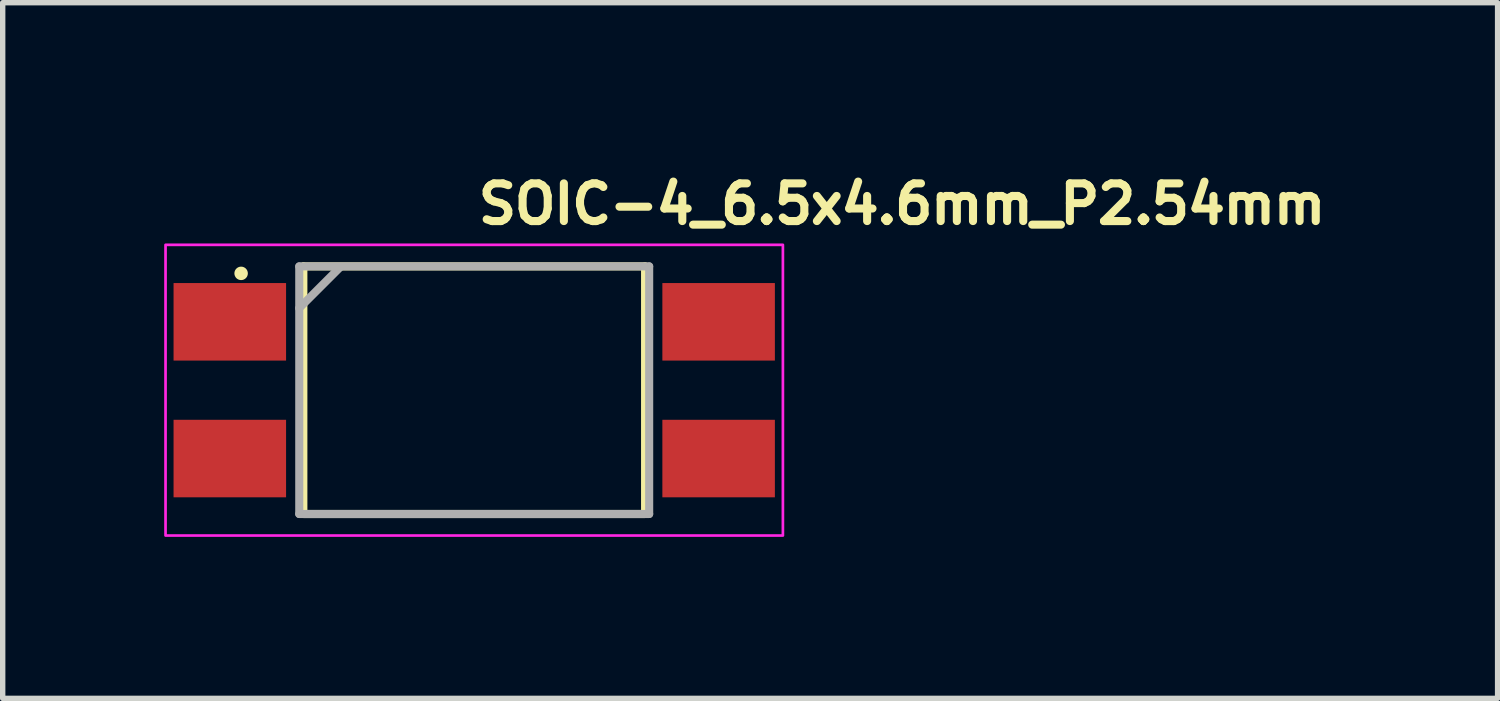
<source format=kicad_pcb>
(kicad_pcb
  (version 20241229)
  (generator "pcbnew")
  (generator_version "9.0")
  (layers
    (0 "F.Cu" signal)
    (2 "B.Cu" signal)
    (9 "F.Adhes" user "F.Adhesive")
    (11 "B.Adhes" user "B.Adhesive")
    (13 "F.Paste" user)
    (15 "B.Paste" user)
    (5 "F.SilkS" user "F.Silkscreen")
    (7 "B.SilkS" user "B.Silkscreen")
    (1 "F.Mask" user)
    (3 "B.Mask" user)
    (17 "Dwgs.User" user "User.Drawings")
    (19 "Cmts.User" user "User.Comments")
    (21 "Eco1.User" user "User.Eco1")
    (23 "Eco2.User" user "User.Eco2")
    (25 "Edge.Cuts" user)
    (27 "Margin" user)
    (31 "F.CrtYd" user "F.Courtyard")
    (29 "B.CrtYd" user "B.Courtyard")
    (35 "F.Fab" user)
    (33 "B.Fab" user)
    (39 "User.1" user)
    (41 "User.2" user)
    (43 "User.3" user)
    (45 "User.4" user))
  (footprint "SOIC-4_6.5x4.6mm_P2.54mm"
    (layer "F.Cu")
    (at 5.759 4.198)
    (property "Reference" "SOIC-4_6.5x4.6mm_P2.54mm" (at 0 -3.048 0) (unlocked yes) (layer "F.SilkS") (effects (font (size 0.7 0.7) (thickness 0.15)) (justify left bottom)))
    (attr smd)
    (fp_line (start -3.174 2.3) (end -3.174 -2.3) (stroke (width 0.15) (type solid)) (layer "F.SilkS"))
    (fp_line (start 3.173 -2.3) (end -3.171 -2.3) (stroke (width 0.15) (type solid)) (layer "F.SilkS"))
    (fp_line (start 3.173 2.3) (end -3.172 2.3) (stroke (width 0.15) (type solid)) (layer "F.SilkS"))
    (fp_line (start 3.174 2.3) (end 3.174 -2.3) (stroke (width 0.15) (type solid)) (layer "F.SilkS"))
    (fp_circle (center -4.33 -2.17) (end -4.28 -2.17) (stroke (width 0.15) (type solid)) (fill yes) (layer "F.SilkS"))
    (fp_rect (start -5.734 -2.7) (end 5.734 2.7) (stroke (width 0.05) (type solid)) (fill no) (layer "F.CrtYd"))
    (fp_line (start -3.25 2.3) (end -3.25 -2.3) (stroke (width 0.15) (type solid)) (layer "F.Fab"))
    (fp_line (start -2.489 -2.286) (end -3.251 -1.524) (stroke (width 0.15) (type solid)) (layer "F.Fab"))
    (fp_line (start 3.25 -2.3) (end -3.25 -2.3) (stroke (width 0.15) (type solid)) (layer "F.Fab"))
    (fp_line (start 3.25 2.3) (end -3.25 2.3) (stroke (width 0.15) (type solid)) (layer "F.Fab"))
    (fp_line (start 3.25 2.3) (end 3.25 -2.3) (stroke (width 0.15) (type solid)) (layer "F.Fab"))
    (fp_rect (start -5.08 -2.3) (end 5.08 2.3) (stroke (width 0.1) (type solid)) (fill no) (layer "User.5"))
    (fp_line (start -5.08 -1.02) (end -5.08 -1.52) (stroke (width 0.02) (type solid)) (layer "User.9"))
    (fp_line (start -5.08 -1.02) (end -4.765 -0.645) (stroke (width 0.02) (type solid)) (layer "User.9"))
    (fp_line (start -5.08 1.02) (end -5.08 1.52) (stroke (width 0.02) (type solid)) (layer "User.9"))
    (fp_line (start -5.08 1.02) (end -4.765 0.645) (stroke (width 0.02) (type solid)) (layer "User.9"))
    (fp_line (start -4.765 -1.895) (end -5.08 -1.52) (stroke (width 0.02) (type solid)) (layer "User.9"))
    (fp_line (start -4.765 1.895) (end -5.08 1.52) (stroke (width 0.02) (type solid)) (layer "User.9"))
    (fp_line (start -4.419 -1.895) (end -4.765 -1.895) (stroke (width 0.02) (type solid)) (layer "User.9"))
    (fp_line (start -4.419 -0.645) (end -4.765 -0.645) (stroke (width 0.02) (type solid)) (layer "User.9"))
    (fp_line (start -4.419 0.645) (end -4.765 0.645) (stroke (width 0.02) (type solid)) (layer "User.9"))
    (fp_line (start -4.419 1.895) (end -4.765 1.895) (stroke (width 0.02) (type solid)) (layer "User.9"))
    (fp_line (start -4.18 -1.895) (end -4.419 -1.895) (stroke (width 0.02) (type solid)) (layer "User.9"))
    (fp_line (start -4.18 -0.645) (end -4.419 -0.645) (stroke (width 0.02) (type solid)) (layer "User.9"))
    (fp_line (start -4.18 0.645) (end -4.419 0.645) (stroke (width 0.02) (type solid)) (layer "User.9"))
    (fp_line (start -4.18 1.895) (end -4.419 1.895) (stroke (width 0.02) (type solid)) (layer "User.9"))
    (fp_line (start -4.159 -1.895) (end -4.18 -1.895) (stroke (width 0.02) (type solid)) (layer "User.9"))
    (fp_line (start -4.159 -1.895) (end -4.159 -1.52) (stroke (width 0.02) (type solid)) (layer "User.9"))
    (fp_line (start -4.159 -1.895) (end -3.899 -1.895) (stroke (width 0.02) (type solid)) (layer "User.9"))
    (fp_line (start -4.159 -1.52) (end -4.139 -1.52) (stroke (width 0.02) (type solid)) (layer "User.9"))
    (fp_line (start -4.159 1.52) (end -4.139 1.52) (stroke (width 0.02) (type solid)) (layer "User.9"))
    (fp_line (start -4.159 1.895) (end -4.18 1.895) (stroke (width 0.02) (type solid)) (layer "User.9"))
    (fp_line (start -4.159 1.895) (end -4.159 1.52) (stroke (width 0.02) (type solid)) (layer "User.9"))
    (fp_line (start -4.159 1.895) (end -3.899 1.895) (stroke (width 0.02) (type solid)) (layer "User.9"))
    (fp_line (start -4.139 -0.645) (end -4.18 -0.645) (stroke (width 0.02) (type solid)) (layer "User.9"))
    (fp_line (start -4.139 0.645) (end -4.18 0.645) (stroke (width 0.02) (type solid)) (layer "User.9"))
    (fp_line (start -3.984 -1.52) (end -4.139 -1.52) (stroke (width 0.02) (type solid)) (layer "User.9"))
    (fp_line (start -3.984 -1.52) (end -3.984 -1.52) (stroke (width 0.02) (type solid)) (layer "User.9"))
    (fp_line (start -3.984 -0.645) (end -4.139 -0.645) (stroke (width 0.02) (type solid)) (layer "User.9"))
    (fp_line (start -3.984 -0.645) (end -3.984 -0.645) (stroke (width 0.02) (type solid)) (layer "User.9"))
    (fp_line (start -3.984 0.645) (end -4.139 0.645) (stroke (width 0.02) (type solid)) (layer "User.9"))
    (fp_line (start -3.984 0.645) (end -3.984 0.645) (stroke (width 0.02) (type solid)) (layer "User.9"))
    (fp_line (start -3.984 1.52) (end -4.139 1.52) (stroke (width 0.02) (type solid)) (layer "User.9"))
    (fp_line (start -3.984 1.52) (end -3.984 1.52) (stroke (width 0.02) (type solid)) (layer "User.9"))
    (fp_line (start -3.899 -1.895) (end -3.899 -1.52) (stroke (width 0.02) (type solid)) (layer "User.9"))
    (fp_line (start -3.899 1.895) (end -3.899 1.52) (stroke (width 0.02) (type solid)) (layer "User.9"))
    (fp_line (start -3.64 -1.52) (end -3.984 -1.52) (stroke (width 0.02) (type solid)) (layer "User.9"))
    (fp_line (start -3.64 -0.645) (end -3.984 -0.645) (stroke (width 0.02) (type solid)) (layer "User.9"))
    (fp_line (start -3.64 0.645) (end -3.984 0.645) (stroke (width 0.02) (type solid)) (layer "User.9"))
    (fp_line (start -3.64 1.52) (end -3.984 1.52) (stroke (width 0.02) (type solid)) (layer "User.9"))
    (fp_line (start -3.25 -2.3) (end -3.25 -1.52) (stroke (width 0.02) (type solid)) (layer "User.9"))
    (fp_line (start -3.25 -0.645) (end -3.25 0.645) (stroke (width 0.02) (type solid)) (layer "User.9"))
    (fp_line (start -3.25 1.52) (end -3.25 2.3) (stroke (width 0.02) (type solid)) (layer "User.9"))
    (fp_line (start -3.25 2.3) (end 3.25 2.3) (stroke (width 0.02) (type solid)) (layer "User.9"))
    (fp_line (start -3.239 -1.52) (end -3.64 -1.52) (stroke (width 0.02) (type solid)) (layer "User.9"))
    (fp_line (start -3.239 -0.645) (end -3.64 -0.645) (stroke (width 0.02) (type solid)) (layer "User.9"))
    (fp_line (start -3.239 -0.645) (end -3.239 -1.52) (stroke (width 0.02) (type solid)) (layer "User.9"))
    (fp_line (start -3.239 0.645) (end -3.64 0.645) (stroke (width 0.02) (type solid)) (layer "User.9"))
    (fp_line (start -3.239 0.645) (end -3.239 1.52) (stroke (width 0.02) (type solid)) (layer "User.9"))
    (fp_line (start -3.239 1.52) (end -3.64 1.52) (stroke (width 0.02) (type solid)) (layer "User.9"))
    (fp_line (start -3.053 -2.103) (end -3.25 -2.3) (stroke (width 0.02) (type solid)) (layer "User.9"))
    (fp_line (start -3.053 -2.103) (end -3.053 2.103) (stroke (width 0.02) (type solid)) (layer "User.9"))
    (fp_line (start -3.053 2.103) (end -3.25 2.3) (stroke (width 0.02) (type solid)) (layer "User.9"))
    (fp_line (start -3.053 2.103) (end 3.053 2.103) (stroke (width 0.02) (type solid)) (layer "User.9"))
    (fp_line (start -2.65 -1.4) (end -2.65 -1.4) (stroke (width 0.02) (type solid)) (layer "User.9"))
    (fp_line (start -2.65 -1.4) (end -2.65 -1.4) (stroke (width 0.02) (type solid)) (layer "User.9"))
    (fp_line (start -2.65 -1.4) (end -2.649 -1.379) (stroke (width 0.02) (type solid)) (layer "User.9"))
    (fp_line (start -2.65 -1.4) (end -2.649 -1.379) (stroke (width 0.02) (type solid)) (layer "User.9"))
    (fp_line (start -2.649 -1.421) (end -2.65 -1.4) (stroke (width 0.02) (type solid)) (layer "User.9"))
    (fp_line (start -2.649 -1.421) (end -2.65 -1.4) (stroke (width 0.02) (type solid)) (layer "User.9"))
    (fp_line (start -2.649 -1.379) (end -2.648 -1.359) (stroke (width 0.02) (type solid)) (layer "User.9"))
    (fp_line (start -2.649 -1.379) (end -2.648 -1.359) (stroke (width 0.02) (type solid)) (layer "User.9"))
    (fp_line (start -2.648 -1.441) (end -2.649 -1.421) (stroke (width 0.02) (type solid)) (layer "User.9"))
    (fp_line (start -2.648 -1.441) (end -2.649 -1.421) (stroke (width 0.02) (type solid)) (layer "User.9"))
    (fp_line (start -2.648 -1.359) (end -2.645 -1.339) (stroke (width 0.02) (type solid)) (layer "User.9"))
    (fp_line (start -2.648 -1.359) (end -2.645 -1.339) (stroke (width 0.02) (type solid)) (layer "User.9"))
    (fp_line (start -2.645 -1.461) (end -2.648 -1.441) (stroke (width 0.02) (type solid)) (layer "User.9"))
    (fp_line (start -2.645 -1.461) (end -2.648 -1.441) (stroke (width 0.02) (type solid)) (layer "User.9"))
    (fp_line (start -2.645 -1.339) (end -2.642 -1.319) (stroke (width 0.02) (type solid)) (layer "User.9"))
    (fp_line (start -2.645 -1.339) (end -2.642 -1.319) (stroke (width 0.02) (type solid)) (layer "User.9"))
    (fp_line (start -2.642 -1.481) (end -2.645 -1.461) (stroke (width 0.02) (type solid)) (layer "User.9"))
    (fp_line (start -2.642 -1.481) (end -2.645 -1.461) (stroke (width 0.02) (type solid)) (layer "User.9"))
    (fp_line (start -2.642 -1.319) (end -2.637 -1.3) (stroke (width 0.02) (type solid)) (layer "User.9"))
    (fp_line (start -2.642 -1.319) (end -2.637 -1.3) (stroke (width 0.02) (type solid)) (layer "User.9"))
    (fp_line (start -2.637 -1.5) (end -2.642 -1.481) (stroke (width 0.02) (type solid)) (layer "User.9"))
    (fp_line (start -2.637 -1.5) (end -2.642 -1.481) (stroke (width 0.02) (type solid)) (layer "User.9"))
    (fp_line (start -2.637 -1.3) (end -2.632 -1.281) (stroke (width 0.02) (type solid)) (layer "User.9"))
    (fp_line (start -2.637 -1.3) (end -2.632 -1.281) (stroke (width 0.02) (type solid)) (layer "User.9"))
    (fp_line (start -2.632 -1.519) (end -2.637 -1.5) (stroke (width 0.02) (type solid)) (layer "User.9"))
    (fp_line (start -2.632 -1.519) (end -2.637 -1.5) (stroke (width 0.02) (type solid)) (layer "User.9"))
    (fp_line (start -2.632 -1.281) (end -2.626 -1.262) (stroke (width 0.02) (type solid)) (layer "User.9"))
    (fp_line (start -2.632 -1.281) (end -2.626 -1.262) (stroke (width 0.02) (type solid)) (layer "User.9"))
    (fp_line (start -2.626 -1.537) (end -2.632 -1.519) (stroke (width 0.02) (type solid)) (layer "User.9"))
    (fp_line (start -2.626 -1.537) (end -2.632 -1.519) (stroke (width 0.02) (type solid)) (layer "User.9"))
    (fp_line (start -2.626 -1.262) (end -2.618 -1.244) (stroke (width 0.02) (type solid)) (layer "User.9"))
    (fp_line (start -2.626 -1.262) (end -2.618 -1.244) (stroke (width 0.02) (type solid)) (layer "User.9"))
    (fp_line (start -2.618 -1.556) (end -2.626 -1.537) (stroke (width 0.02) (type solid)) (layer "User.9"))
    (fp_line (start -2.618 -1.556) (end -2.626 -1.537) (stroke (width 0.02) (type solid)) (layer "User.9"))
    (fp_line (start -2.618 -1.244) (end -2.61 -1.227) (stroke (width 0.02) (type solid)) (layer "User.9"))
    (fp_line (start -2.618 -1.244) (end -2.61 -1.227) (stroke (width 0.02) (type solid)) (layer "User.9"))
    (fp_line (start -2.61 -1.573) (end -2.618 -1.556) (stroke (width 0.02) (type solid)) (layer "User.9"))
    (fp_line (start -2.61 -1.573) (end -2.618 -1.556) (stroke (width 0.02) (type solid)) (layer "User.9"))
    (fp_line (start -2.61 -1.227) (end -2.602 -1.209) (stroke (width 0.02) (type solid)) (layer "User.9"))
    (fp_line (start -2.61 -1.227) (end -2.602 -1.209) (stroke (width 0.02) (type solid)) (layer "User.9"))
    (fp_line (start -2.602 -1.591) (end -2.61 -1.573) (stroke (width 0.02) (type solid)) (layer "User.9"))
    (fp_line (start -2.602 -1.591) (end -2.61 -1.573) (stroke (width 0.02) (type solid)) (layer "User.9"))
    (fp_line (start -2.602 -1.209) (end -2.592 -1.193) (stroke (width 0.02) (type solid)) (layer "User.9"))
    (fp_line (start -2.602 -1.209) (end -2.592 -1.193) (stroke (width 0.02) (type solid)) (layer "User.9"))
    (fp_line (start -2.592 -1.607) (end -2.602 -1.591) (stroke (width 0.02) (type solid)) (layer "User.9"))
    (fp_line (start -2.592 -1.607) (end -2.602 -1.591) (stroke (width 0.02) (type solid)) (layer "User.9"))
    (fp_line (start -2.592 -1.193) (end -2.582 -1.176) (stroke (width 0.02) (type solid)) (layer "User.9"))
    (fp_line (start -2.592 -1.193) (end -2.582 -1.176) (stroke (width 0.02) (type solid)) (layer "User.9"))
    (fp_line (start -2.582 -1.624) (end -2.592 -1.607) (stroke (width 0.02) (type solid)) (layer "User.9"))
    (fp_line (start -2.582 -1.624) (end -2.592 -1.607) (stroke (width 0.02) (type solid)) (layer "User.9"))
    (fp_line (start -2.582 -1.176) (end -2.57 -1.161) (stroke (width 0.02) (type solid)) (layer "User.9"))
    (fp_line (start -2.582 -1.176) (end -2.57 -1.161) (stroke (width 0.02) (type solid)) (layer "User.9"))
    (fp_line (start -2.57 -1.639) (end -2.582 -1.624) (stroke (width 0.02) (type solid)) (layer "User.9"))
    (fp_line (start -2.57 -1.639) (end -2.582 -1.624) (stroke (width 0.02) (type solid)) (layer "User.9"))
    (fp_line (start -2.57 -1.161) (end -2.559 -1.146) (stroke (width 0.02) (type solid)) (layer "User.9"))
    (fp_line (start -2.57 -1.161) (end -2.559 -1.146) (stroke (width 0.02) (type solid)) (layer "User.9"))
    (fp_line (start -2.559 -1.654) (end -2.57 -1.639) (stroke (width 0.02) (type solid)) (layer "User.9"))
    (fp_line (start -2.559 -1.654) (end -2.57 -1.639) (stroke (width 0.02) (type solid)) (layer "User.9"))
    (fp_line (start -2.559 -1.146) (end -2.546 -1.131) (stroke (width 0.02) (type solid)) (layer "User.9"))
    (fp_line (start -2.559 -1.146) (end -2.546 -1.131) (stroke (width 0.02) (type solid)) (layer "User.9"))
    (fp_line (start -2.546 -1.669) (end -2.559 -1.654) (stroke (width 0.02) (type solid)) (layer "User.9"))
    (fp_line (start -2.546 -1.669) (end -2.559 -1.654) (stroke (width 0.02) (type solid)) (layer "User.9"))
    (fp_line (start -2.546 -1.131) (end -2.533 -1.117) (stroke (width 0.02) (type solid)) (layer "User.9"))
    (fp_line (start -2.546 -1.131) (end -2.533 -1.117) (stroke (width 0.02) (type solid)) (layer "User.9"))
    (fp_line (start -2.533 -1.683) (end -2.546 -1.669) (stroke (width 0.02) (type solid)) (layer "User.9"))
    (fp_line (start -2.533 -1.683) (end -2.546 -1.669) (stroke (width 0.02) (type solid)) (layer "User.9"))
    (fp_line (start -2.533 -1.117) (end -2.519 -1.104) (stroke (width 0.02) (type solid)) (layer "User.9"))
    (fp_line (start -2.533 -1.117) (end -2.519 -1.104) (stroke (width 0.02) (type solid)) (layer "User.9"))
    (fp_line (start -2.519 -1.696) (end -2.533 -1.683) (stroke (width 0.02) (type solid)) (layer "User.9"))
    (fp_line (start -2.519 -1.696) (end -2.533 -1.683) (stroke (width 0.02) (type solid)) (layer "User.9"))
    (fp_line (start -2.519 -1.104) (end -2.504 -1.091) (stroke (width 0.02) (type solid)) (layer "User.9"))
    (fp_line (start -2.519 -1.104) (end -2.504 -1.091) (stroke (width 0.02) (type solid)) (layer "User.9"))
    (fp_line (start -2.504 -1.709) (end -2.519 -1.696) (stroke (width 0.02) (type solid)) (layer "User.9"))
    (fp_line (start -2.504 -1.709) (end -2.519 -1.696) (stroke (width 0.02) (type solid)) (layer "User.9"))
    (fp_line (start -2.504 -1.091) (end -2.489 -1.08) (stroke (width 0.02) (type solid)) (layer "User.9"))
    (fp_line (start -2.504 -1.091) (end -2.489 -1.08) (stroke (width 0.02) (type solid)) (layer "User.9"))
    (fp_line (start -2.489 -1.72) (end -2.504 -1.709) (stroke (width 0.02) (type solid)) (layer "User.9"))
    (fp_line (start -2.489 -1.72) (end -2.504 -1.709) (stroke (width 0.02) (type solid)) (layer "User.9"))
    (fp_line (start -2.489 -1.08) (end -2.474 -1.068) (stroke (width 0.02) (type solid)) (layer "User.9"))
    (fp_line (start -2.489 -1.08) (end -2.474 -1.068) (stroke (width 0.02) (type solid)) (layer "User.9"))
    (fp_line (start -2.474 -1.732) (end -2.489 -1.72) (stroke (width 0.02) (type solid)) (layer "User.9"))
    (fp_line (start -2.474 -1.732) (end -2.489 -1.72) (stroke (width 0.02) (type solid)) (layer "User.9"))
    (fp_line (start -2.474 -1.068) (end -2.457 -1.058) (stroke (width 0.02) (type solid)) (layer "User.9"))
    (fp_line (start -2.474 -1.068) (end -2.457 -1.058) (stroke (width 0.02) (type solid)) (layer "User.9"))
    (fp_line (start -2.457 -1.742) (end -2.474 -1.732) (stroke (width 0.02) (type solid)) (layer "User.9"))
    (fp_line (start -2.457 -1.742) (end -2.474 -1.732) (stroke (width 0.02) (type solid)) (layer "User.9"))
    (fp_line (start -2.457 -1.058) (end -2.441 -1.048) (stroke (width 0.02) (type solid)) (layer "User.9"))
    (fp_line (start -2.457 -1.058) (end -2.441 -1.048) (stroke (width 0.02) (type solid)) (layer "User.9"))
    (fp_line (start -2.441 -1.752) (end -2.457 -1.742) (stroke (width 0.02) (type solid)) (layer "User.9"))
    (fp_line (start -2.441 -1.752) (end -2.457 -1.742) (stroke (width 0.02) (type solid)) (layer "User.9"))
    (fp_line (start -2.441 -1.048) (end -2.423 -1.039) (stroke (width 0.02) (type solid)) (layer "User.9"))
    (fp_line (start -2.441 -1.048) (end -2.423 -1.039) (stroke (width 0.02) (type solid)) (layer "User.9"))
    (fp_line (start -2.423 -1.761) (end -2.441 -1.752) (stroke (width 0.02) (type solid)) (layer "User.9"))
    (fp_line (start -2.423 -1.761) (end -2.441 -1.752) (stroke (width 0.02) (type solid)) (layer "User.9"))
    (fp_line (start -2.423 -1.039) (end -2.406 -1.031) (stroke (width 0.02) (type solid)) (layer "User.9"))
    (fp_line (start -2.423 -1.039) (end -2.406 -1.031) (stroke (width 0.02) (type solid)) (layer "User.9"))
    (fp_line (start -2.406 -1.769) (end -2.423 -1.761) (stroke (width 0.02) (type solid)) (layer "User.9"))
    (fp_line (start -2.406 -1.769) (end -2.423 -1.761) (stroke (width 0.02) (type solid)) (layer "User.9"))
    (fp_line (start -2.406 -1.031) (end -2.387 -1.024) (stroke (width 0.02) (type solid)) (layer "User.9"))
    (fp_line (start -2.406 -1.031) (end -2.387 -1.024) (stroke (width 0.02) (type solid)) (layer "User.9"))
    (fp_line (start -2.387 -1.776) (end -2.406 -1.769) (stroke (width 0.02) (type solid)) (layer "User.9"))
    (fp_line (start -2.387 -1.776) (end -2.406 -1.769) (stroke (width 0.02) (type solid)) (layer "User.9"))
    (fp_line (start -2.387 -1.024) (end -2.369 -1.018) (stroke (width 0.02) (type solid)) (layer "User.9"))
    (fp_line (start -2.387 -1.024) (end -2.369 -1.018) (stroke (width 0.02) (type solid)) (layer "User.9"))
    (fp_line (start -2.369 -1.782) (end -2.387 -1.776) (stroke (width 0.02) (type solid)) (layer "User.9"))
    (fp_line (start -2.369 -1.782) (end -2.387 -1.776) (stroke (width 0.02) (type solid)) (layer "User.9"))
    (fp_line (start -2.369 -1.018) (end -2.35 -1.013) (stroke (width 0.02) (type solid)) (layer "User.9"))
    (fp_line (start -2.369 -1.018) (end -2.35 -1.013) (stroke (width 0.02) (type solid)) (layer "User.9"))
    (fp_line (start -2.35 -1.787) (end -2.369 -1.782) (stroke (width 0.02) (type solid)) (layer "User.9"))
    (fp_line (start -2.35 -1.787) (end -2.369 -1.782) (stroke (width 0.02) (type solid)) (layer "User.9"))
    (fp_line (start -2.35 -1.013) (end -2.331 -1.008) (stroke (width 0.02) (type solid)) (layer "User.9"))
    (fp_line (start -2.35 -1.013) (end -2.331 -1.008) (stroke (width 0.02) (type solid)) (layer "User.9"))
    (fp_line (start -2.331 -1.792) (end -2.35 -1.787) (stroke (width 0.02) (type solid)) (layer "User.9"))
    (fp_line (start -2.331 -1.792) (end -2.35 -1.787) (stroke (width 0.02) (type solid)) (layer "User.9"))
    (fp_line (start -2.331 -1.008) (end -2.311 -1.005) (stroke (width 0.02) (type solid)) (layer "User.9"))
    (fp_line (start -2.331 -1.008) (end -2.311 -1.005) (stroke (width 0.02) (type solid)) (layer "User.9"))
    (fp_line (start -2.311 -1.795) (end -2.331 -1.792) (stroke (width 0.02) (type solid)) (layer "User.9"))
    (fp_line (start -2.311 -1.795) (end -2.331 -1.792) (stroke (width 0.02) (type solid)) (layer "User.9"))
    (fp_line (start -2.311 -1.005) (end -2.291 -1.002) (stroke (width 0.02) (type solid)) (layer "User.9"))
    (fp_line (start -2.311 -1.005) (end -2.291 -1.002) (stroke (width 0.02) (type solid)) (layer "User.9"))
    (fp_line (start -2.291 -1.798) (end -2.311 -1.795) (stroke (width 0.02) (type solid)) (layer "User.9"))
    (fp_line (start -2.291 -1.798) (end -2.311 -1.795) (stroke (width 0.02) (type solid)) (layer "User.9"))
    (fp_line (start -2.291 -1.002) (end -2.271 -1.001) (stroke (width 0.02) (type solid)) (layer "User.9"))
    (fp_line (start -2.291 -1.002) (end -2.271 -1.001) (stroke (width 0.02) (type solid)) (layer "User.9"))
    (fp_line (start -2.271 -1.799) (end -2.291 -1.798) (stroke (width 0.02) (type solid)) (layer "User.9"))
    (fp_line (start -2.271 -1.799) (end -2.291 -1.798) (stroke (width 0.02) (type solid)) (layer "User.9"))
    (fp_line (start -2.271 -1.001) (end -2.25 -1) (stroke (width 0.02) (type solid)) (layer "User.9"))
    (fp_line (start -2.271 -1.001) (end -2.25 -1) (stroke (width 0.02) (type solid)) (layer "User.9"))
    (fp_line (start -2.25 -1.8) (end -2.271 -1.799) (stroke (width 0.02) (type solid)) (layer "User.9"))
    (fp_line (start -2.25 -1.8) (end -2.271 -1.799) (stroke (width 0.02) (type solid)) (layer "User.9"))
    (fp_line (start -2.25 -1) (end -2.229 -1.001) (stroke (width 0.02) (type solid)) (layer "User.9"))
    (fp_line (start -2.25 -1) (end -2.229 -1.001) (stroke (width 0.02) (type solid)) (layer "User.9"))
    (fp_line (start -2.229 -1.799) (end -2.25 -1.8) (stroke (width 0.02) (type solid)) (layer "User.9"))
    (fp_line (start -2.229 -1.799) (end -2.25 -1.8) (stroke (width 0.02) (type solid)) (layer "User.9"))
    (fp_line (start -2.229 -1.001) (end -2.209 -1.002) (stroke (width 0.02) (type solid)) (layer "User.9"))
    (fp_line (start -2.229 -1.001) (end -2.209 -1.002) (stroke (width 0.02) (type solid)) (layer "User.9"))
    (fp_line (start -2.209 -1.798) (end -2.229 -1.799) (stroke (width 0.02) (type solid)) (layer "User.9"))
    (fp_line (start -2.209 -1.798) (end -2.229 -1.799) (stroke (width 0.02) (type solid)) (layer "User.9"))
    (fp_line (start -2.209 -1.002) (end -2.189 -1.005) (stroke (width 0.02) (type solid)) (layer "User.9"))
    (fp_line (start -2.209 -1.002) (end -2.189 -1.005) (stroke (width 0.02) (type solid)) (layer "User.9"))
    (fp_line (start -2.189 -1.795) (end -2.209 -1.798) (stroke (width 0.02) (type solid)) (layer "User.9"))
    (fp_line (start -2.189 -1.795) (end -2.209 -1.798) (stroke (width 0.02) (type solid)) (layer "User.9"))
    (fp_line (start -2.189 -1.005) (end -2.169 -1.008) (stroke (width 0.02) (type solid)) (layer "User.9"))
    (fp_line (start -2.189 -1.005) (end -2.169 -1.008) (stroke (width 0.02) (type solid)) (layer "User.9"))
    (fp_line (start -2.169 -1.792) (end -2.189 -1.795) (stroke (width 0.02) (type solid)) (layer "User.9"))
    (fp_line (start -2.169 -1.792) (end -2.189 -1.795) (stroke (width 0.02) (type solid)) (layer "User.9"))
    (fp_line (start -2.169 -1.008) (end -2.15 -1.013) (stroke (width 0.02) (type solid)) (layer "User.9"))
    (fp_line (start -2.169 -1.008) (end -2.15 -1.013) (stroke (width 0.02) (type solid)) (layer "User.9"))
    (fp_line (start -2.15 -1.787) (end -2.169 -1.792) (stroke (width 0.02) (type solid)) (layer "User.9"))
    (fp_line (start -2.15 -1.787) (end -2.169 -1.792) (stroke (width 0.02) (type solid)) (layer "User.9"))
    (fp_line (start -2.15 -1.013) (end -2.131 -1.018) (stroke (width 0.02) (type solid)) (layer "User.9"))
    (fp_line (start -2.15 -1.013) (end -2.131 -1.018) (stroke (width 0.02) (type solid)) (layer "User.9"))
    (fp_line (start -2.131 -1.782) (end -2.15 -1.787) (stroke (width 0.02) (type solid)) (layer "User.9"))
    (fp_line (start -2.131 -1.782) (end -2.15 -1.787) (stroke (width 0.02) (type solid)) (layer "User.9"))
    (fp_line (start -2.131 -1.018) (end -2.113 -1.024) (stroke (width 0.02) (type solid)) (layer "User.9"))
    (fp_line (start -2.131 -1.018) (end -2.113 -1.024) (stroke (width 0.02) (type solid)) (layer "User.9"))
    (fp_line (start -2.113 -1.776) (end -2.131 -1.782) (stroke (width 0.02) (type solid)) (layer "User.9"))
    (fp_line (start -2.113 -1.776) (end -2.131 -1.782) (stroke (width 0.02) (type solid)) (layer "User.9"))
    (fp_line (start -2.113 -1.024) (end -2.094 -1.031) (stroke (width 0.02) (type solid)) (layer "User.9"))
    (fp_line (start -2.113 -1.024) (end -2.094 -1.031) (stroke (width 0.02) (type solid)) (layer "User.9"))
    (fp_line (start -2.094 -1.769) (end -2.113 -1.776) (stroke (width 0.02) (type solid)) (layer "User.9"))
    (fp_line (start -2.094 -1.769) (end -2.113 -1.776) (stroke (width 0.02) (type solid)) (layer "User.9"))
    (fp_line (start -2.094 -1.031) (end -2.077 -1.039) (stroke (width 0.02) (type solid)) (layer "User.9"))
    (fp_line (start -2.094 -1.031) (end -2.077 -1.039) (stroke (width 0.02) (type solid)) (layer "User.9"))
    (fp_line (start -2.077 -1.761) (end -2.094 -1.769) (stroke (width 0.02) (type solid)) (layer "User.9"))
    (fp_line (start -2.077 -1.761) (end -2.094 -1.769) (stroke (width 0.02) (type solid)) (layer "User.9"))
    (fp_line (start -2.077 -1.039) (end -2.059 -1.048) (stroke (width 0.02) (type solid)) (layer "User.9"))
    (fp_line (start -2.077 -1.039) (end -2.059 -1.048) (stroke (width 0.02) (type solid)) (layer "User.9"))
    (fp_line (start -2.059 -1.752) (end -2.077 -1.761) (stroke (width 0.02) (type solid)) (layer "User.9"))
    (fp_line (start -2.059 -1.752) (end -2.077 -1.761) (stroke (width 0.02) (type solid)) (layer "User.9"))
    (fp_line (start -2.059 -1.048) (end -2.043 -1.058) (stroke (width 0.02) (type solid)) (layer "User.9"))
    (fp_line (start -2.059 -1.048) (end -2.043 -1.058) (stroke (width 0.02) (type solid)) (layer "User.9"))
    (fp_line (start -2.043 -1.742) (end -2.059 -1.752) (stroke (width 0.02) (type solid)) (layer "User.9"))
    (fp_line (start -2.043 -1.742) (end -2.059 -1.752) (stroke (width 0.02) (type solid)) (layer "User.9"))
    (fp_line (start -2.043 -1.058) (end -2.026 -1.068) (stroke (width 0.02) (type solid)) (layer "User.9"))
    (fp_line (start -2.043 -1.058) (end -2.026 -1.068) (stroke (width 0.02) (type solid)) (layer "User.9"))
    (fp_line (start -2.026 -1.732) (end -2.043 -1.742) (stroke (width 0.02) (type solid)) (layer "User.9"))
    (fp_line (start -2.026 -1.732) (end -2.043 -1.742) (stroke (width 0.02) (type solid)) (layer "User.9"))
    (fp_line (start -2.026 -1.068) (end -2.011 -1.08) (stroke (width 0.02) (type solid)) (layer "User.9"))
    (fp_line (start -2.026 -1.068) (end -2.011 -1.08) (stroke (width 0.02) (type solid)) (layer "User.9"))
    (fp_line (start -2.011 -1.72) (end -2.026 -1.732) (stroke (width 0.02) (type solid)) (layer "User.9"))
    (fp_line (start -2.011 -1.72) (end -2.026 -1.732) (stroke (width 0.02) (type solid)) (layer "User.9"))
    (fp_line (start -2.011 -1.08) (end -1.996 -1.091) (stroke (width 0.02) (type solid)) (layer "User.9"))
    (fp_line (start -2.011 -1.08) (end -1.996 -1.091) (stroke (width 0.02) (type solid)) (layer "User.9"))
    (fp_line (start -1.996 -1.709) (end -2.011 -1.72) (stroke (width 0.02) (type solid)) (layer "User.9"))
    (fp_line (start -1.996 -1.709) (end -2.011 -1.72) (stroke (width 0.02) (type solid)) (layer "User.9"))
    (fp_line (start -1.996 -1.091) (end -1.981 -1.104) (stroke (width 0.02) (type solid)) (layer "User.9"))
    (fp_line (start -1.996 -1.091) (end -1.981 -1.104) (stroke (width 0.02) (type solid)) (layer "User.9"))
    (fp_line (start -1.981 -1.696) (end -1.996 -1.709) (stroke (width 0.02) (type solid)) (layer "User.9"))
    (fp_line (start -1.981 -1.696) (end -1.996 -1.709) (stroke (width 0.02) (type solid)) (layer "User.9"))
    (fp_line (start -1.981 -1.104) (end -1.967 -1.117) (stroke (width 0.02) (type solid)) (layer "User.9"))
    (fp_line (start -1.981 -1.104) (end -1.967 -1.117) (stroke (width 0.02) (type solid)) (layer "User.9"))
    (fp_line (start -1.967 -1.683) (end -1.981 -1.696) (stroke (width 0.02) (type solid)) (layer "User.9"))
    (fp_line (start -1.967 -1.683) (end -1.981 -1.696) (stroke (width 0.02) (type solid)) (layer "User.9"))
    (fp_line (start -1.967 -1.117) (end -1.954 -1.131) (stroke (width 0.02) (type solid)) (layer "User.9"))
    (fp_line (start -1.967 -1.117) (end -1.954 -1.131) (stroke (width 0.02) (type solid)) (layer "User.9"))
    (fp_line (start -1.954 -1.669) (end -1.967 -1.683) (stroke (width 0.02) (type solid)) (layer "User.9"))
    (fp_line (start -1.954 -1.669) (end -1.967 -1.683) (stroke (width 0.02) (type solid)) (layer "User.9"))
    (fp_line (start -1.954 -1.131) (end -1.941 -1.146) (stroke (width 0.02) (type solid)) (layer "User.9"))
    (fp_line (start -1.954 -1.131) (end -1.941 -1.146) (stroke (width 0.02) (type solid)) (layer "User.9"))
    (fp_line (start -1.941 -1.654) (end -1.954 -1.669) (stroke (width 0.02) (type solid)) (layer "User.9"))
    (fp_line (start -1.941 -1.654) (end -1.954 -1.669) (stroke (width 0.02) (type solid)) (layer "User.9"))
    (fp_line (start -1.941 -1.146) (end -1.93 -1.161) (stroke (width 0.02) (type solid)) (layer "User.9"))
    (fp_line (start -1.941 -1.146) (end -1.93 -1.161) (stroke (width 0.02) (type solid)) (layer "User.9"))
    (fp_line (start -1.93 -1.639) (end -1.941 -1.654) (stroke (width 0.02) (type solid)) (layer "User.9"))
    (fp_line (start -1.93 -1.639) (end -1.941 -1.654) (stroke (width 0.02) (type solid)) (layer "User.9"))
    (fp_line (start -1.93 -1.161) (end -1.918 -1.176) (stroke (width 0.02) (type solid)) (layer "User.9"))
    (fp_line (start -1.93 -1.161) (end -1.918 -1.176) (stroke (width 0.02) (type solid)) (layer "User.9"))
    (fp_line (start -1.918 -1.624) (end -1.93 -1.639) (stroke (width 0.02) (type solid)) (layer "User.9"))
    (fp_line (start -1.918 -1.624) (end -1.93 -1.639) (stroke (width 0.02) (type solid)) (layer "User.9"))
    (fp_line (start -1.918 -1.176) (end -1.908 -1.193) (stroke (width 0.02) (type solid)) (layer "User.9"))
    (fp_line (start -1.918 -1.176) (end -1.908 -1.193) (stroke (width 0.02) (type solid)) (layer "User.9"))
    (fp_line (start -1.908 -1.607) (end -1.918 -1.624) (stroke (width 0.02) (type solid)) (layer "User.9"))
    (fp_line (start -1.908 -1.607) (end -1.918 -1.624) (stroke (width 0.02) (type solid)) (layer "User.9"))
    (fp_line (start -1.908 -1.193) (end -1.898 -1.209) (stroke (width 0.02) (type solid)) (layer "User.9"))
    (fp_line (start -1.908 -1.193) (end -1.898 -1.209) (stroke (width 0.02) (type solid)) (layer "User.9"))
    (fp_line (start -1.898 -1.591) (end -1.908 -1.607) (stroke (width 0.02) (type solid)) (layer "User.9"))
    (fp_line (start -1.898 -1.591) (end -1.908 -1.607) (stroke (width 0.02) (type solid)) (layer "User.9"))
    (fp_line (start -1.898 -1.209) (end -1.89 -1.227) (stroke (width 0.02) (type solid)) (layer "User.9"))
    (fp_line (start -1.898 -1.209) (end -1.89 -1.227) (stroke (width 0.02) (type solid)) (layer "User.9"))
    (fp_line (start -1.89 -1.573) (end -1.898 -1.591) (stroke (width 0.02) (type solid)) (layer "User.9"))
    (fp_line (start -1.89 -1.573) (end -1.898 -1.591) (stroke (width 0.02) (type solid)) (layer "User.9"))
    (fp_line (start -1.89 -1.227) (end -1.882 -1.244) (stroke (width 0.02) (type solid)) (layer "User.9"))
    (fp_line (start -1.89 -1.227) (end -1.882 -1.244) (stroke (width 0.02) (type solid)) (layer "User.9"))
    (fp_line (start -1.882 -1.556) (end -1.89 -1.573) (stroke (width 0.02) (type solid)) (layer "User.9"))
    (fp_line (start -1.882 -1.556) (end -1.89 -1.573) (stroke (width 0.02) (type solid)) (layer "User.9"))
    (fp_line (start -1.882 -1.244) (end -1.874 -1.263) (stroke (width 0.02) (type solid)) (layer "User.9"))
    (fp_line (start -1.882 -1.244) (end -1.874 -1.263) (stroke (width 0.02) (type solid)) (layer "User.9"))
    (fp_line (start -1.874 -1.538) (end -1.882 -1.556) (stroke (width 0.02) (type solid)) (layer "User.9"))
    (fp_line (start -1.874 -1.538) (end -1.882 -1.556) (stroke (width 0.02) (type solid)) (layer "User.9"))
    (fp_line (start -1.874 -1.263) (end -1.868 -1.281) (stroke (width 0.02) (type solid)) (layer "User.9"))
    (fp_line (start -1.874 -1.263) (end -1.868 -1.281) (stroke (width 0.02) (type solid)) (layer "User.9"))
    (fp_line (start -1.868 -1.519) (end -1.874 -1.538) (stroke (width 0.02) (type solid)) (layer "User.9"))
    (fp_line (start -1.868 -1.519) (end -1.874 -1.538) (stroke (width 0.02) (type solid)) (layer "User.9"))
    (fp_line (start -1.868 -1.281) (end -1.863 -1.3) (stroke (width 0.02) (type solid)) (layer "User.9"))
    (fp_line (start -1.868 -1.281) (end -1.863 -1.3) (stroke (width 0.02) (type solid)) (layer "User.9"))
    (fp_line (start -1.863 -1.5) (end -1.868 -1.519) (stroke (width 0.02) (type solid)) (layer "User.9"))
    (fp_line (start -1.863 -1.5) (end -1.868 -1.519) (stroke (width 0.02) (type solid)) (layer "User.9"))
    (fp_line (start -1.863 -1.3) (end -1.858 -1.319) (stroke (width 0.02) (type solid)) (layer "User.9"))
    (fp_line (start -1.863 -1.3) (end -1.858 -1.319) (stroke (width 0.02) (type solid)) (layer "User.9"))
    (fp_line (start -1.858 -1.481) (end -1.863 -1.5) (stroke (width 0.02) (type solid)) (layer "User.9"))
    (fp_line (start -1.858 -1.481) (end -1.863 -1.5) (stroke (width 0.02) (type solid)) (layer "User.9"))
    (fp_line (start -1.858 -1.319) (end -1.855 -1.339) (stroke (width 0.02) (type solid)) (layer "User.9"))
    (fp_line (start -1.858 -1.319) (end -1.855 -1.339) (stroke (width 0.02) (type solid)) (layer "User.9"))
    (fp_line (start -1.855 -1.461) (end -1.858 -1.481) (stroke (width 0.02) (type solid)) (layer "User.9"))
    (fp_line (start -1.855 -1.461) (end -1.858 -1.481) (stroke (width 0.02) (type solid)) (layer "User.9"))
    (fp_line (start -1.855 -1.339) (end -1.852 -1.359) (stroke (width 0.02) (type solid)) (layer "User.9"))
    (fp_line (start -1.855 -1.339) (end -1.852 -1.359) (stroke (width 0.02) (type solid)) (layer "User.9"))
    (fp_line (start -1.852 -1.441) (end -1.855 -1.461) (stroke (width 0.02) (type solid)) (layer "User.9"))
    (fp_line (start -1.852 -1.441) (end -1.855 -1.461) (stroke (width 0.02) (type solid)) (layer "User.9"))
    (fp_line (start -1.852 -1.359) (end -1.851 -1.379) (stroke (width 0.02) (type solid)) (layer "User.9"))
    (fp_line (start -1.852 -1.359) (end -1.851 -1.379) (stroke (width 0.02) (type solid)) (layer "User.9"))
    (fp_line (start -1.851 -1.421) (end -1.852 -1.441) (stroke (width 0.02) (type solid)) (layer "User.9"))
    (fp_line (start -1.851 -1.421) (end -1.852 -1.441) (stroke (width 0.02) (type solid)) (layer "User.9"))
    (fp_line (start -1.851 -1.379) (end -1.85 -1.4) (stroke (width 0.02) (type solid)) (layer "User.9"))
    (fp_line (start -1.851 -1.379) (end -1.85 -1.4) (stroke (width 0.02) (type solid)) (layer "User.9"))
    (fp_line (start -1.85 -1.4) (end -1.851 -1.421) (stroke (width 0.02) (type solid)) (layer "User.9"))
    (fp_line (start -1.85 -1.4) (end -1.851 -1.421) (stroke (width 0.02) (type solid)) (layer "User.9"))
    (fp_line (start -1.85 -1.4) (end -1.85 -1.4) (stroke (width 0.02) (type solid)) (layer "User.9"))
    (fp_line (start -1.85 -1.4) (end -1.85 -1.4) (stroke (width 0.02) (type solid)) (layer "User.9"))
    (fp_line (start 3.053 -2.103) (end -3.053 -2.103) (stroke (width 0.02) (type solid)) (layer "User.9"))
    (fp_line (start 3.053 -2.103) (end 3.25 -2.3) (stroke (width 0.02) (type solid)) (layer "User.9"))
    (fp_line (start 3.053 2.103) (end 3.053 -2.103) (stroke (width 0.02) (type solid)) (layer "User.9"))
    (fp_line (start 3.053 2.103) (end 3.25 2.3) (stroke (width 0.02) (type solid)) (layer "User.9"))
    (fp_line (start 3.239 -1.52) (end 3.64 -1.52) (stroke (width 0.02) (type solid)) (layer "User.9"))
    (fp_line (start 3.239 -0.645) (end 3.239 -1.52) (stroke (width 0.02) (type solid)) (layer "User.9"))
    (fp_line (start 3.239 0.645) (end 3.239 1.52) (stroke (width 0.02) (type solid)) (layer "User.9"))
    (fp_line (start 3.239 1.52) (end 3.64 1.52) (stroke (width 0.02) (type solid)) (layer "User.9"))
    (fp_line (start 3.25 -2.3) (end -3.25 -2.3) (stroke (width 0.02) (type solid)) (layer "User.9"))
    (fp_line (start 3.25 -1.52) (end 3.25 -2.3) (stroke (width 0.02) (type solid)) (layer "User.9"))
    (fp_line (start 3.25 0.645) (end 3.25 -0.645) (stroke (width 0.02) (type solid)) (layer "User.9"))
    (fp_line (start 3.25 2.3) (end 3.25 1.52) (stroke (width 0.02) (type solid)) (layer "User.9"))
    (fp_line (start 3.64 -1.52) (end 3.984 -1.52) (stroke (width 0.02) (type solid)) (layer "User.9"))
    (fp_line (start 3.64 -0.645) (end 3.239 -0.645) (stroke (width 0.02) (type solid)) (layer "User.9"))
    (fp_line (start 3.64 0.645) (end 3.239 0.645) (stroke (width 0.02) (type solid)) (layer "User.9"))
    (fp_line (start 3.64 1.52) (end 3.984 1.52) (stroke (width 0.02) (type solid)) (layer "User.9"))
    (fp_line (start 3.899 -1.895) (end 3.899 -1.52) (stroke (width 0.02) (type solid)) (layer "User.9"))
    (fp_line (start 3.899 1.895) (end 3.899 1.52) (stroke (width 0.02) (type solid)) (layer "User.9"))
    (fp_line (start 3.984 -1.52) (end 3.984 -1.52) (stroke (width 0.02) (type solid)) (layer "User.9"))
    (fp_line (start 3.984 -1.52) (end 4.139 -1.52) (stroke (width 0.02) (type solid)) (layer "User.9"))
    (fp_line (start 3.984 -0.645) (end 3.64 -0.645) (stroke (width 0.02) (type solid)) (layer "User.9"))
    (fp_line (start 3.984 -0.645) (end 3.984 -0.645) (stroke (width 0.02) (type solid)) (layer "User.9"))
    (fp_line (start 3.984 0.645) (end 3.64 0.645) (stroke (width 0.02) (type solid)) (layer "User.9"))
    (fp_line (start 3.984 0.645) (end 3.984 0.645) (stroke (width 0.02) (type solid)) (layer "User.9"))
    (fp_line (start 3.984 1.52) (end 3.984 1.52) (stroke (width 0.02) (type solid)) (layer "User.9"))
    (fp_line (start 3.984 1.52) (end 4.139 1.52) (stroke (width 0.02) (type solid)) (layer "User.9"))
    (fp_line (start 4.139 -0.645) (end 3.984 -0.645) (stroke (width 0.02) (type solid)) (layer "User.9"))
    (fp_line (start 4.139 0.645) (end 3.984 0.645) (stroke (width 0.02) (type solid)) (layer "User.9"))
    (fp_line (start 4.159 -1.895) (end 3.899 -1.895) (stroke (width 0.02) (type solid)) (layer "User.9"))
    (fp_line (start 4.159 -1.895) (end 4.159 -1.52) (stroke (width 0.02) (type solid)) (layer "User.9"))
    (fp_line (start 4.159 -1.52) (end 4.139 -1.52) (stroke (width 0.02) (type solid)) (layer "User.9"))
    (fp_line (start 4.159 1.52) (end 4.139 1.52) (stroke (width 0.02) (type solid)) (layer "User.9"))
    (fp_line (start 4.159 1.895) (end 3.899 1.895) (stroke (width 0.02) (type solid)) (layer "User.9"))
    (fp_line (start 4.159 1.895) (end 4.159 1.52) (stroke (width 0.02) (type solid)) (layer "User.9"))
    (fp_line (start 4.18 -1.895) (end 4.159 -1.895) (stroke (width 0.02) (type solid)) (layer "User.9"))
    (fp_line (start 4.18 -0.645) (end 4.139 -0.645) (stroke (width 0.02) (type solid)) (layer "User.9"))
    (fp_line (start 4.18 0.645) (end 4.139 0.645) (stroke (width 0.02) (type solid)) (layer "User.9"))
    (fp_line (start 4.18 1.895) (end 4.159 1.895) (stroke (width 0.02) (type solid)) (layer "User.9"))
    (fp_line (start 4.419 -1.895) (end 4.18 -1.895) (stroke (width 0.02) (type solid)) (layer "User.9"))
    (fp_line (start 4.419 -0.645) (end 4.18 -0.645) (stroke (width 0.02) (type solid)) (layer "User.9"))
    (fp_line (start 4.419 0.645) (end 4.18 0.645) (stroke (width 0.02) (type solid)) (layer "User.9"))
    (fp_line (start 4.419 1.895) (end 4.18 1.895) (stroke (width 0.02) (type solid)) (layer "User.9"))
    (fp_line (start 4.765 -1.895) (end 4.419 -1.895) (stroke (width 0.02) (type solid)) (layer "User.9"))
    (fp_line (start 4.765 -0.645) (end 4.419 -0.645) (stroke (width 0.02) (type solid)) (layer "User.9"))
    (fp_line (start 4.765 -0.645) (end 5.08 -1.02) (stroke (width 0.02) (type solid)) (layer "User.9"))
    (fp_line (start 4.765 0.645) (end 4.419 0.645) (stroke (width 0.02) (type solid)) (layer "User.9"))
    (fp_line (start 4.765 0.645) (end 5.08 1.02) (stroke (width 0.02) (type solid)) (layer "User.9"))
    (fp_line (start 4.765 1.895) (end 4.419 1.895) (stroke (width 0.02) (type solid)) (layer "User.9"))
    (fp_line (start 5.08 -1.52) (end 4.765 -1.895) (stroke (width 0.02) (type solid)) (layer "User.9"))
    (fp_line (start 5.08 -1.02) (end 5.08 -1.52) (stroke (width 0.02) (type solid)) (layer "User.9"))
    (fp_line (start 5.08 1.02) (end 5.08 1.52) (stroke (width 0.02) (type solid)) (layer "User.9"))
    (fp_line (start 5.08 1.52) (end 4.765 1.895) (stroke (width 0.02) (type solid)) (layer "User.9"))
    (pad "1" smd rect (at -4.54 -1.27 90) (size 1.44 2.09) (layers "F.Cu" "F.Mask" "F.Paste"))
    (pad "2" smd rect (at -4.54 1.27 90) (size 1.44 2.09) (layers "F.Cu" "F.Mask" "F.Paste"))
    (pad "3" smd rect (at 4.54 1.27 90) (size 1.44 2.09) (layers "F.Cu" "F.Mask" "F.Paste"))
    (pad "4" smd rect (at 4.54 -1.27 90) (size 1.44 2.09) (layers "F.Cu" "F.Mask" "F.Paste")))
  (gr_rect
    (start -3 -3)
    (end 24.769 9.923)
    (stroke (width 0.1) (type default))
    (fill no)
    (layer "Edge.Cuts")))
</source>
